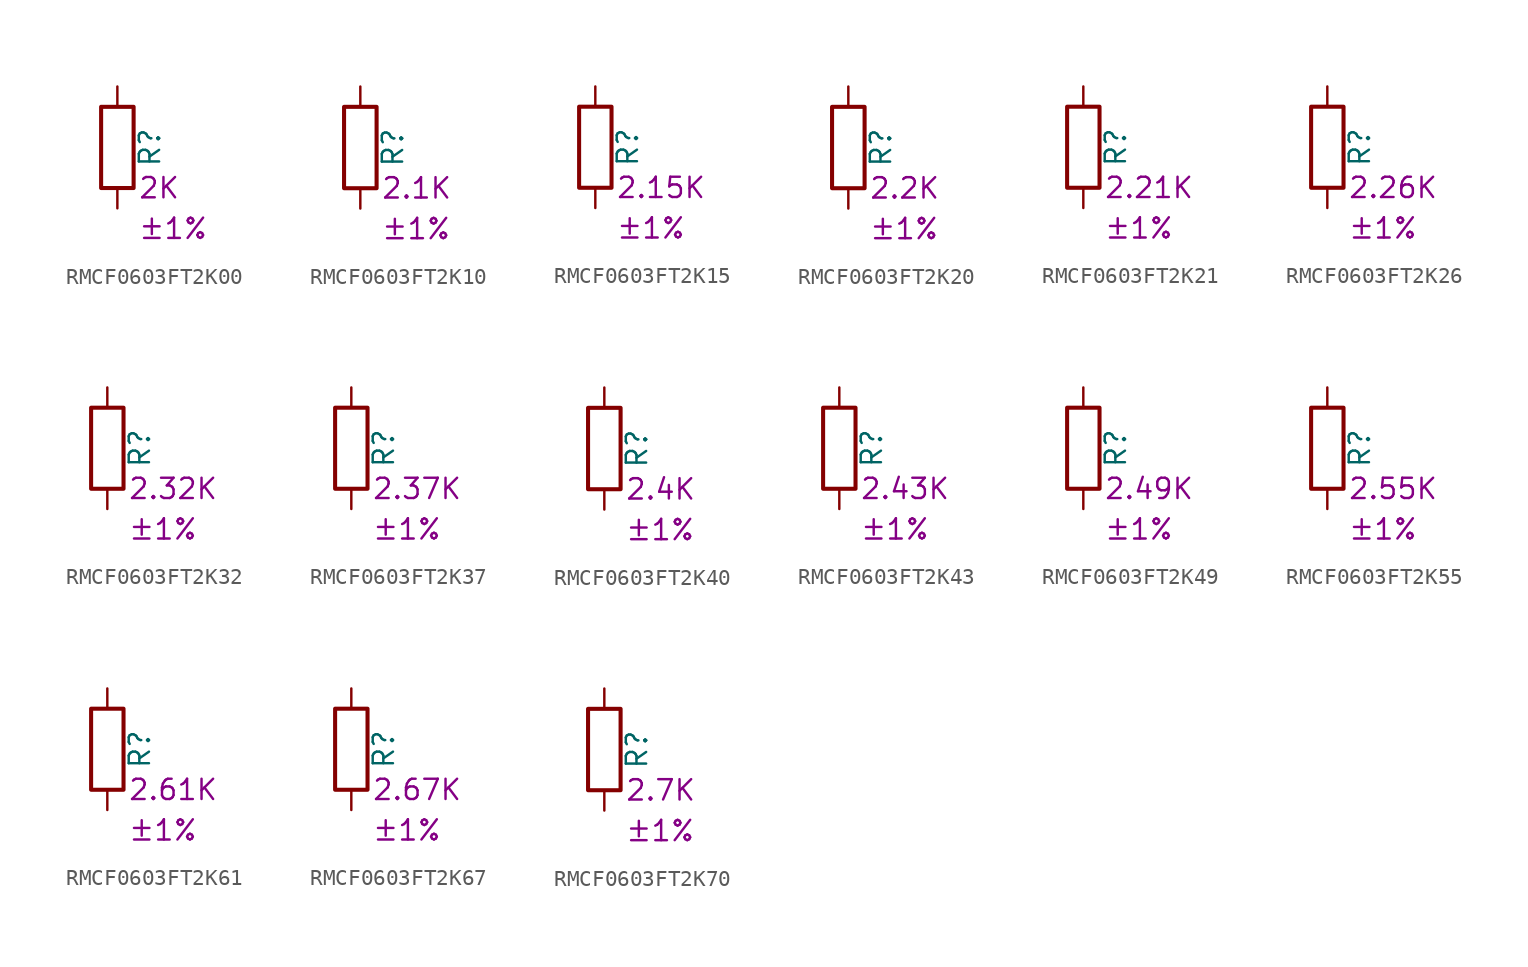
<source format=kicad_sym>
(kicad_symbol_lib
  (version 20220914)
  (generator kicad_symbol_editor)
  (symbol "RMCF0603FT2K00"
    (pin_numbers hide)
    (pin_names
      (offset 0))
    (property "Reference" "R"
      (at 2.032 0 90)
      (effects (font (size 1.27 1.27))))
    (property "Resistance" "2K"
      (at 1.27 -2.54 0)
      (effects (font (size 1.27 1.27)) (justify left)))
    (property "Tolerance" "±1%"
      (at 1.27 -5.08 0)
      (effects (font (size 1.27 1.27)) (justify left)))
    (symbol "RMCF0603FT2K00_0_1"
      (rectangle (start -1.016 -2.54) (end 1.016 2.54) (stroke (width 0.254) (type default)) (fill (type none))))
    (symbol "RMCF0603FT2K00_1_1"
      (pin passive line (at 0 3.81 270) (length 1.27) (name "~" (effects (font (size 1.27 1.27)))) (number "1" (effects (font (size 1.27 1.27)))))
      (pin passive line (at 0 -3.81 90) (length 1.27) (name "~" (effects (font (size 1.27 1.27)))) (number "2" (effects (font (size 1.27 1.27)))))))
  (symbol "RMCF0603FT2K10"
    (pin_numbers hide)
    (pin_names
      (offset 0))
    (property "Reference" "R"
      (at 2.032 0 90)
      (effects (font (size 1.27 1.27))))
    (property "Resistance" "2.1K"
      (at 1.27 -2.54 0)
      (effects (font (size 1.27 1.27)) (justify left)))
    (property "Tolerance" "±1%"
      (at 1.27 -5.08 0)
      (effects (font (size 1.27 1.27)) (justify left)))
    (symbol "RMCF0603FT2K10_0_1"
      (rectangle (start -1.016 -2.54) (end 1.016 2.54) (stroke (width 0.254) (type default)) (fill (type none))))
    (symbol "RMCF0603FT2K10_1_1"
      (pin passive line (at 0 3.81 270) (length 1.27) (name "~" (effects (font (size 1.27 1.27)))) (number "1" (effects (font (size 1.27 1.27)))))
      (pin passive line (at 0 -3.81 90) (length 1.27) (name "~" (effects (font (size 1.27 1.27)))) (number "2" (effects (font (size 1.27 1.27)))))))
  (symbol "RMCF0603FT2K15"
    (pin_numbers hide)
    (pin_names
      (offset 0))
    (property "Reference" "R"
      (at 2.032 0 90)
      (effects (font (size 1.27 1.27))))
    (property "Resistance" "2.15K"
      (at 1.27 -2.54 0)
      (effects (font (size 1.27 1.27)) (justify left)))
    (property "Tolerance" "±1%"
      (at 1.27 -5.08 0)
      (effects (font (size 1.27 1.27)) (justify left)))
    (symbol "RMCF0603FT2K15_0_1"
      (rectangle (start -1.016 -2.54) (end 1.016 2.54) (stroke (width 0.254) (type default)) (fill (type none))))
    (symbol "RMCF0603FT2K15_1_1"
      (pin passive line (at 0 3.81 270) (length 1.27) (name "~" (effects (font (size 1.27 1.27)))) (number "1" (effects (font (size 1.27 1.27)))))
      (pin passive line (at 0 -3.81 90) (length 1.27) (name "~" (effects (font (size 1.27 1.27)))) (number "2" (effects (font (size 1.27 1.27)))))))
  (symbol "RMCF0603FT2K20"
    (pin_numbers hide)
    (pin_names
      (offset 0))
    (property "Reference" "R"
      (at 2.032 0 90)
      (effects (font (size 1.27 1.27))))
    (property "Resistance" "2.2K"
      (at 1.27 -2.54 0)
      (effects (font (size 1.27 1.27)) (justify left)))
    (property "Tolerance" "±1%"
      (at 1.27 -5.08 0)
      (effects (font (size 1.27 1.27)) (justify left)))
    (symbol "RMCF0603FT2K20_0_1"
      (rectangle (start -1.016 -2.54) (end 1.016 2.54) (stroke (width 0.254) (type default)) (fill (type none))))
    (symbol "RMCF0603FT2K20_1_1"
      (pin passive line (at 0 3.81 270) (length 1.27) (name "~" (effects (font (size 1.27 1.27)))) (number "1" (effects (font (size 1.27 1.27)))))
      (pin passive line (at 0 -3.81 90) (length 1.27) (name "~" (effects (font (size 1.27 1.27)))) (number "2" (effects (font (size 1.27 1.27)))))))
  (symbol "RMCF0603FT2K21"
    (pin_numbers hide)
    (pin_names
      (offset 0))
    (property "Reference" "R"
      (at 2.032 0 90)
      (effects (font (size 1.27 1.27))))
    (property "Resistance" "2.21K"
      (at 1.27 -2.54 0)
      (effects (font (size 1.27 1.27)) (justify left)))
    (property "Tolerance" "±1%"
      (at 1.27 -5.08 0)
      (effects (font (size 1.27 1.27)) (justify left)))
    (symbol "RMCF0603FT2K21_0_1"
      (rectangle (start -1.016 -2.54) (end 1.016 2.54) (stroke (width 0.254) (type default)) (fill (type none))))
    (symbol "RMCF0603FT2K21_1_1"
      (pin passive line (at 0 3.81 270) (length 1.27) (name "~" (effects (font (size 1.27 1.27)))) (number "1" (effects (font (size 1.27 1.27)))))
      (pin passive line (at 0 -3.81 90) (length 1.27) (name "~" (effects (font (size 1.27 1.27)))) (number "2" (effects (font (size 1.27 1.27)))))))
  (symbol "RMCF0603FT2K26"
    (pin_numbers hide)
    (pin_names
      (offset 0))
    (property "Reference" "R"
      (at 2.032 0 90)
      (effects (font (size 1.27 1.27))))
    (property "Resistance" "2.26K"
      (at 1.27 -2.54 0)
      (effects (font (size 1.27 1.27)) (justify left)))
    (property "Tolerance" "±1%"
      (at 1.27 -5.08 0)
      (effects (font (size 1.27 1.27)) (justify left)))
    (symbol "RMCF0603FT2K26_0_1"
      (rectangle (start -1.016 -2.54) (end 1.016 2.54) (stroke (width 0.254) (type default)) (fill (type none))))
    (symbol "RMCF0603FT2K26_1_1"
      (pin passive line (at 0 3.81 270) (length 1.27) (name "~" (effects (font (size 1.27 1.27)))) (number "1" (effects (font (size 1.27 1.27)))))
      (pin passive line (at 0 -3.81 90) (length 1.27) (name "~" (effects (font (size 1.27 1.27)))) (number "2" (effects (font (size 1.27 1.27)))))))
  (symbol "RMCF0603FT2K32"
    (pin_numbers hide)
    (pin_names
      (offset 0))
    (property "Reference" "R"
      (at 2.032 0 90)
      (effects (font (size 1.27 1.27))))
    (property "Resistance" "2.32K"
      (at 1.27 -2.54 0)
      (effects (font (size 1.27 1.27)) (justify left)))
    (property "Tolerance" "±1%"
      (at 1.27 -5.08 0)
      (effects (font (size 1.27 1.27)) (justify left)))
    (symbol "RMCF0603FT2K32_0_1"
      (rectangle (start -1.016 -2.54) (end 1.016 2.54) (stroke (width 0.254) (type default)) (fill (type none))))
    (symbol "RMCF0603FT2K32_1_1"
      (pin passive line (at 0 3.81 270) (length 1.27) (name "~" (effects (font (size 1.27 1.27)))) (number "1" (effects (font (size 1.27 1.27)))))
      (pin passive line (at 0 -3.81 90) (length 1.27) (name "~" (effects (font (size 1.27 1.27)))) (number "2" (effects (font (size 1.27 1.27)))))))
  (symbol "RMCF0603FT2K37"
    (pin_numbers hide)
    (pin_names
      (offset 0))
    (property "Reference" "R"
      (at 2.032 0 90)
      (effects (font (size 1.27 1.27))))
    (property "Resistance" "2.37K"
      (at 1.27 -2.54 0)
      (effects (font (size 1.27 1.27)) (justify left)))
    (property "Tolerance" "±1%"
      (at 1.27 -5.08 0)
      (effects (font (size 1.27 1.27)) (justify left)))
    (symbol "RMCF0603FT2K37_0_1"
      (rectangle (start -1.016 -2.54) (end 1.016 2.54) (stroke (width 0.254) (type default)) (fill (type none))))
    (symbol "RMCF0603FT2K37_1_1"
      (pin passive line (at 0 3.81 270) (length 1.27) (name "~" (effects (font (size 1.27 1.27)))) (number "1" (effects (font (size 1.27 1.27)))))
      (pin passive line (at 0 -3.81 90) (length 1.27) (name "~" (effects (font (size 1.27 1.27)))) (number "2" (effects (font (size 1.27 1.27)))))))
  (symbol "RMCF0603FT2K40"
    (pin_numbers hide)
    (pin_names
      (offset 0))
    (property "Reference" "R"
      (at 2.032 0 90)
      (effects (font (size 1.27 1.27))))
    (property "Resistance" "2.4K"
      (at 1.27 -2.54 0)
      (effects (font (size 1.27 1.27)) (justify left)))
    (property "Tolerance" "±1%"
      (at 1.27 -5.08 0)
      (effects (font (size 1.27 1.27)) (justify left)))
    (symbol "RMCF0603FT2K40_0_1"
      (rectangle (start -1.016 -2.54) (end 1.016 2.54) (stroke (width 0.254) (type default)) (fill (type none))))
    (symbol "RMCF0603FT2K40_1_1"
      (pin passive line (at 0 3.81 270) (length 1.27) (name "~" (effects (font (size 1.27 1.27)))) (number "1" (effects (font (size 1.27 1.27)))))
      (pin passive line (at 0 -3.81 90) (length 1.27) (name "~" (effects (font (size 1.27 1.27)))) (number "2" (effects (font (size 1.27 1.27)))))))
  (symbol "RMCF0603FT2K43"
    (pin_numbers hide)
    (pin_names
      (offset 0))
    (property "Reference" "R"
      (at 2.032 0 90)
      (effects (font (size 1.27 1.27))))
    (property "Resistance" "2.43K"
      (at 1.27 -2.54 0)
      (effects (font (size 1.27 1.27)) (justify left)))
    (property "Tolerance" "±1%"
      (at 1.27 -5.08 0)
      (effects (font (size 1.27 1.27)) (justify left)))
    (symbol "RMCF0603FT2K43_0_1"
      (rectangle (start -1.016 -2.54) (end 1.016 2.54) (stroke (width 0.254) (type default)) (fill (type none))))
    (symbol "RMCF0603FT2K43_1_1"
      (pin passive line (at 0 3.81 270) (length 1.27) (name "~" (effects (font (size 1.27 1.27)))) (number "1" (effects (font (size 1.27 1.27)))))
      (pin passive line (at 0 -3.81 90) (length 1.27) (name "~" (effects (font (size 1.27 1.27)))) (number "2" (effects (font (size 1.27 1.27)))))))
  (symbol "RMCF0603FT2K49"
    (pin_numbers hide)
    (pin_names
      (offset 0))
    (property "Reference" "R"
      (at 2.032 0 90)
      (effects (font (size 1.27 1.27))))
    (property "Resistance" "2.49K"
      (at 1.27 -2.54 0)
      (effects (font (size 1.27 1.27)) (justify left)))
    (property "Tolerance" "±1%"
      (at 1.27 -5.08 0)
      (effects (font (size 1.27 1.27)) (justify left)))
    (symbol "RMCF0603FT2K49_0_1"
      (rectangle (start -1.016 -2.54) (end 1.016 2.54) (stroke (width 0.254) (type default)) (fill (type none))))
    (symbol "RMCF0603FT2K49_1_1"
      (pin passive line (at 0 3.81 270) (length 1.27) (name "~" (effects (font (size 1.27 1.27)))) (number "1" (effects (font (size 1.27 1.27)))))
      (pin passive line (at 0 -3.81 90) (length 1.27) (name "~" (effects (font (size 1.27 1.27)))) (number "2" (effects (font (size 1.27 1.27)))))))
  (symbol "RMCF0603FT2K55"
    (pin_numbers hide)
    (pin_names
      (offset 0))
    (property "Reference" "R"
      (at 2.032 0 90)
      (effects (font (size 1.27 1.27))))
    (property "Resistance" "2.55K"
      (at 1.27 -2.54 0)
      (effects (font (size 1.27 1.27)) (justify left)))
    (property "Tolerance" "±1%"
      (at 1.27 -5.08 0)
      (effects (font (size 1.27 1.27)) (justify left)))
    (symbol "RMCF0603FT2K55_0_1"
      (rectangle (start -1.016 -2.54) (end 1.016 2.54) (stroke (width 0.254) (type default)) (fill (type none))))
    (symbol "RMCF0603FT2K55_1_1"
      (pin passive line (at 0 3.81 270) (length 1.27) (name "~" (effects (font (size 1.27 1.27)))) (number "1" (effects (font (size 1.27 1.27)))))
      (pin passive line (at 0 -3.81 90) (length 1.27) (name "~" (effects (font (size 1.27 1.27)))) (number "2" (effects (font (size 1.27 1.27)))))))
  (symbol "RMCF0603FT2K61"
    (pin_numbers hide)
    (pin_names
      (offset 0))
    (property "Reference" "R"
      (at 2.032 0 90)
      (effects (font (size 1.27 1.27))))
    (property "Resistance" "2.61K"
      (at 1.27 -2.54 0)
      (effects (font (size 1.27 1.27)) (justify left)))
    (property "Tolerance" "±1%"
      (at 1.27 -5.08 0)
      (effects (font (size 1.27 1.27)) (justify left)))
    (symbol "RMCF0603FT2K61_0_1"
      (rectangle (start -1.016 -2.54) (end 1.016 2.54) (stroke (width 0.254) (type default)) (fill (type none))))
    (symbol "RMCF0603FT2K61_1_1"
      (pin passive line (at 0 3.81 270) (length 1.27) (name "~" (effects (font (size 1.27 1.27)))) (number "1" (effects (font (size 1.27 1.27)))))
      (pin passive line (at 0 -3.81 90) (length 1.27) (name "~" (effects (font (size 1.27 1.27)))) (number "2" (effects (font (size 1.27 1.27)))))))
  (symbol "RMCF0603FT2K67"
    (pin_numbers hide)
    (pin_names
      (offset 0))
    (property "Reference" "R"
      (at 2.032 0 90)
      (effects (font (size 1.27 1.27))))
    (property "Resistance" "2.67K"
      (at 1.27 -2.54 0)
      (effects (font (size 1.27 1.27)) (justify left)))
    (property "Tolerance" "±1%"
      (at 1.27 -5.08 0)
      (effects (font (size 1.27 1.27)) (justify left)))
    (symbol "RMCF0603FT2K67_0_1"
      (rectangle (start -1.016 -2.54) (end 1.016 2.54) (stroke (width 0.254) (type default)) (fill (type none))))
    (symbol "RMCF0603FT2K67_1_1"
      (pin passive line (at 0 3.81 270) (length 1.27) (name "~" (effects (font (size 1.27 1.27)))) (number "1" (effects (font (size 1.27 1.27)))))
      (pin passive line (at 0 -3.81 90) (length 1.27) (name "~" (effects (font (size 1.27 1.27)))) (number "2" (effects (font (size 1.27 1.27)))))))
  (symbol "RMCF0603FT2K70"
    (pin_numbers hide)
    (pin_names
      (offset 0))
    (property "Reference" "R"
      (at 2.032 0 90)
      (effects (font (size 1.27 1.27))))
    (property "Resistance" "2.7K"
      (at 1.27 -2.54 0)
      (effects (font (size 1.27 1.27)) (justify left)))
    (property "Tolerance" "±1%"
      (at 1.27 -5.08 0)
      (effects (font (size 1.27 1.27)) (justify left)))
    (symbol "RMCF0603FT2K70_0_1"
      (rectangle (start -1.016 -2.54) (end 1.016 2.54) (stroke (width 0.254) (type default)) (fill (type none))))
    (symbol "RMCF0603FT2K70_1_1"
      (pin passive line (at 0 3.81 270) (length 1.27) (name "~" (effects (font (size 1.27 1.27)))) (number "1" (effects (font (size 1.27 1.27)))))
      (pin passive line (at 0 -3.81 90) (length 1.27) (name "~" (effects (font (size 1.27 1.27)))) (number "2" (effects (font (size 1.27 1.27))))))))
</source>
